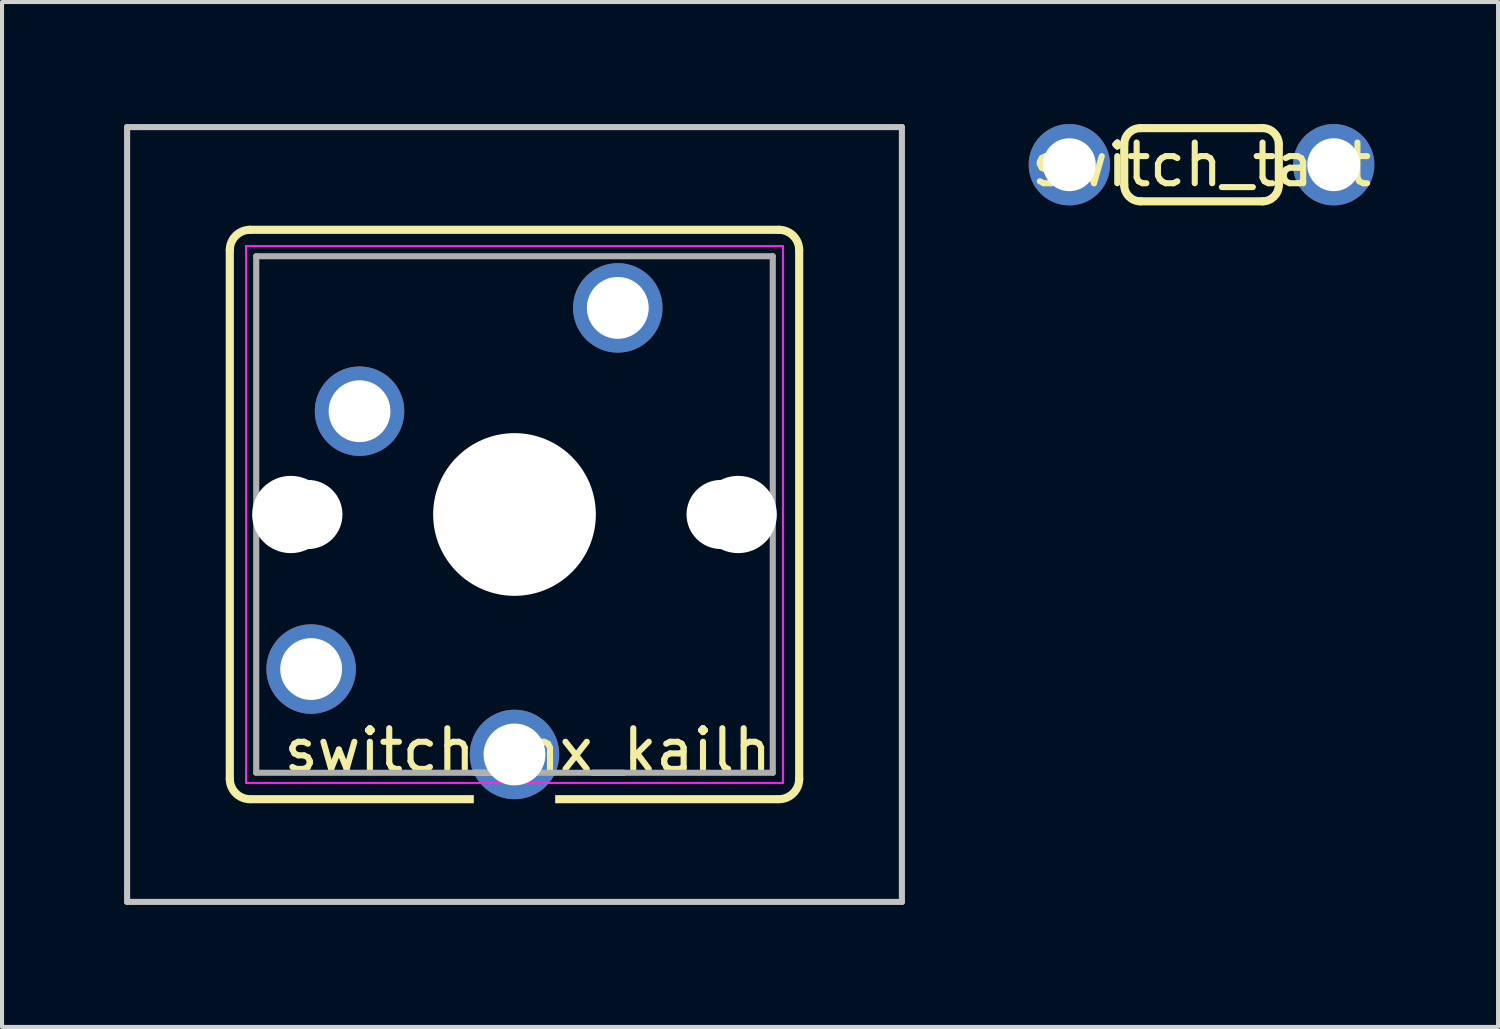
<source format=kicad_pcb>
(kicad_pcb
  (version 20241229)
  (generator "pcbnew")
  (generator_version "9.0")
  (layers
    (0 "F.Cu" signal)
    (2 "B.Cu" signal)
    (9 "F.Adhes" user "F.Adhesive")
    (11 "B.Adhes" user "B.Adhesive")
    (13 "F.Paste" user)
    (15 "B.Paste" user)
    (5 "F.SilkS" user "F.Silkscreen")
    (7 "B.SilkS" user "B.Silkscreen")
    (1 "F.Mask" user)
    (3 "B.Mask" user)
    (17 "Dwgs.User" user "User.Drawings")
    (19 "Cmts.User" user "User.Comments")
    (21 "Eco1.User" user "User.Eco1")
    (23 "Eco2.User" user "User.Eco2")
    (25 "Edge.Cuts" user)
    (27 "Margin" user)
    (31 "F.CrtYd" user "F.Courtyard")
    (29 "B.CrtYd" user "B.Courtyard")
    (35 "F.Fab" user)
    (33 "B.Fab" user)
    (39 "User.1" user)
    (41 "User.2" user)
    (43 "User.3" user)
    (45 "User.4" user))
  (footprint "switch_tact"
    (layer "F.Cu")
    (at 26.492 1)
    (property "Reference" "switch_tact" (at 0 0 0) (layer "F.SilkS") (effects (font (size 1 1) (thickness 0.15))))
    (attr through_hole)
    (fp_line (start -1.9 0.5) (end -1.9 -0.5) (stroke (width 0.2) (type solid)) (layer "F.SilkS"))
    (fp_line (start -1.5 -0.9) (end 1.5 -0.9) (stroke (width 0.2) (type solid)) (layer "F.SilkS"))
    (fp_line (start -1.5 0.9) (end 1.5 0.9) (stroke (width 0.2) (type solid)) (layer "F.SilkS"))
    (fp_line (start 1.9 0.5) (end 1.9 -0.5) (stroke (width 0.2) (type solid)) (layer "F.SilkS"))
    (fp_arc (start -1.9 -0.5) (mid -1.782843 -0.782843) (end -1.5 -0.9) (stroke (width 0.2) (type solid)) (layer "F.SilkS"))
    (fp_arc (start -1.5 0.9) (mid -1.782843 0.782843) (end -1.9 0.5) (stroke (width 0.2) (type solid)) (layer "F.SilkS"))
    (fp_arc (start 1.5 -0.9) (mid 1.782843 -0.782843) (end 1.9 -0.5) (stroke (width 0.2) (type solid)) (layer "F.SilkS"))
    (fp_arc (start 1.9 0.5) (mid 1.782843 0.782843) (end 1.5 0.9) (stroke (width 0.2) (type solid)) (layer "F.SilkS"))
    (pad "1" thru_hole circle (at 3.25 0) (size 2 2) (drill 1.3) (layers "*.Cu" "*.Mask"))
    (pad "2" thru_hole circle (at -3.25 0) (size 2 2) (drill 1.3) (layers "*.Cu" "*.Mask")))
  (footprint "switch_mx_kailh"
    (layer "F.Cu")
    (at 9.6 9.6)
    (property "Reference" "switch_mx_kailh" (at 6.4 5.8 0) (unlocked yes) (layer "F.SilkS") (effects (font (size 1 1) (thickness 0.15)) (justify right)))
    (attr through_hole)
    (fp_line (start -7 6.5) (end -7 -6.5) (stroke (width 0.2) (type solid)) (layer "F.SilkS"))
    (fp_line (start -6.5 -7) (end 6.5 -7) (stroke (width 0.2) (type solid)) (layer "F.SilkS"))
    (fp_line (start 7 -6.5) (end 7 6.5) (stroke (width 0.2) (type solid)) (layer "F.SilkS"))
    (fp_rect (start -6.5 7.1) (end -1 6.9) (stroke (width 0) (type solid)) (fill yes) (layer "F.SilkS"))
    (fp_rect (start 1 7.1) (end 6.5 6.9) (stroke (width 0) (type solid)) (fill yes) (layer "F.SilkS"))
    (fp_arc (start -7 -6.5) (mid -6.853553 -6.853553) (end -6.5 -7) (stroke (width 0.2) (type solid)) (layer "F.SilkS"))
    (fp_arc (start -6.5 7) (mid -6.853553 6.853553) (end -7 6.5) (stroke (width 0.2) (type solid)) (layer "F.SilkS"))
    (fp_arc (start 6.5 -7) (mid 6.853553 -6.853553) (end 7 -6.5) (stroke (width 0.2) (type solid)) (layer "F.SilkS"))
    (fp_arc (start 7 6.5) (mid 6.853553 6.853553) (end 6.5 7) (stroke (width 0.2) (type solid)) (layer "F.SilkS"))
    (fp_line (start -9.525 -9.525) (end 9.525 -9.525) (stroke (width 0.15) (type solid)) (layer "Dwgs.User"))
    (fp_line (start -9.525 9.525) (end -9.525 -9.525) (stroke (width 0.15) (type solid)) (layer "Dwgs.User"))
    (fp_line (start 9.525 -9.525) (end 9.525 9.525) (stroke (width 0.15) (type solid)) (layer "Dwgs.User"))
    (fp_line (start 9.525 9.525) (end -9.525 9.525) (stroke (width 0.15) (type solid)) (layer "Dwgs.User"))
    (fp_line (start -6.6 -6.6) (end 6.6 -6.6) (stroke (width 0.05) (type solid)) (layer "F.CrtYd"))
    (fp_line (start -6.6 6.6) (end -6.6 -6.6) (stroke (width 0.05) (type solid)) (layer "F.CrtYd"))
    (fp_line (start 6.6 -6.6) (end 6.6 6.6) (stroke (width 0.05) (type solid)) (layer "F.CrtYd"))
    (fp_line (start 6.6 6.6) (end -6.6 6.6) (stroke (width 0.05) (type solid)) (layer "F.CrtYd"))
    (fp_line (start -6.35 -6.35) (end 6.35 -6.35) (stroke (width 0.15) (type solid)) (layer "F.Fab"))
    (fp_line (start -6.35 6.35) (end -6.35 -6.35) (stroke (width 0.15) (type solid)) (layer "F.Fab"))
    (fp_line (start 6.35 -6.35) (end 6.35 6.35) (stroke (width 0.15) (type solid)) (layer "F.Fab"))
    (fp_line (start 6.35 6.35) (end -6.35 6.35) (stroke (width 0.15) (type solid)) (layer "F.Fab"))
    (pad "" np_thru_hole circle (at -5.5 0) (size 1.9 1.9) (drill 1.9) (layers "*.Cu" "*.Mask"))
    (pad "" np_thru_hole circle (at -5.08 0) (size 1.7 1.7) (drill 1.7) (layers "*.Cu" "*.Mask"))
    (pad "" np_thru_hole circle (at 0 0) (size 4 4) (drill 4) (layers "*.Cu" "*.Mask"))
    (pad "" np_thru_hole circle (at 5.08 0) (size 1.7 1.7) (drill 1.7) (layers "*.Cu" "*.Mask"))
    (pad "" np_thru_hole circle (at 5.5 0) (size 1.9 1.9) (drill 1.9) (layers "*.Cu" "*.Mask"))
    (pad "1" thru_hole circle (at -5 3.8) (size 2.2 2.2) (drill 1.52) (layers "*.Cu" "*.Mask"))
    (pad "1" thru_hole circle (at -3.81 -2.54) (size 2.2 2.2) (drill 1.52) (layers "*.Cu" "*.Mask"))
    (pad "2" thru_hole circle (at 0 5.9) (size 2.2 2.2) (drill 1.52) (layers "*.Cu" "*.Mask"))
    (pad "2" thru_hole circle (at 2.54 -5.08) (size 2.2 2.2) (drill 1.52) (layers "*.Cu" "*.Mask")))
  (gr_rect
    (start -3 -3)
    (end 33.783 22.2)
    (stroke (width 0.1) (type default))
    (fill no)
    (layer "Edge.Cuts")))
</source>
